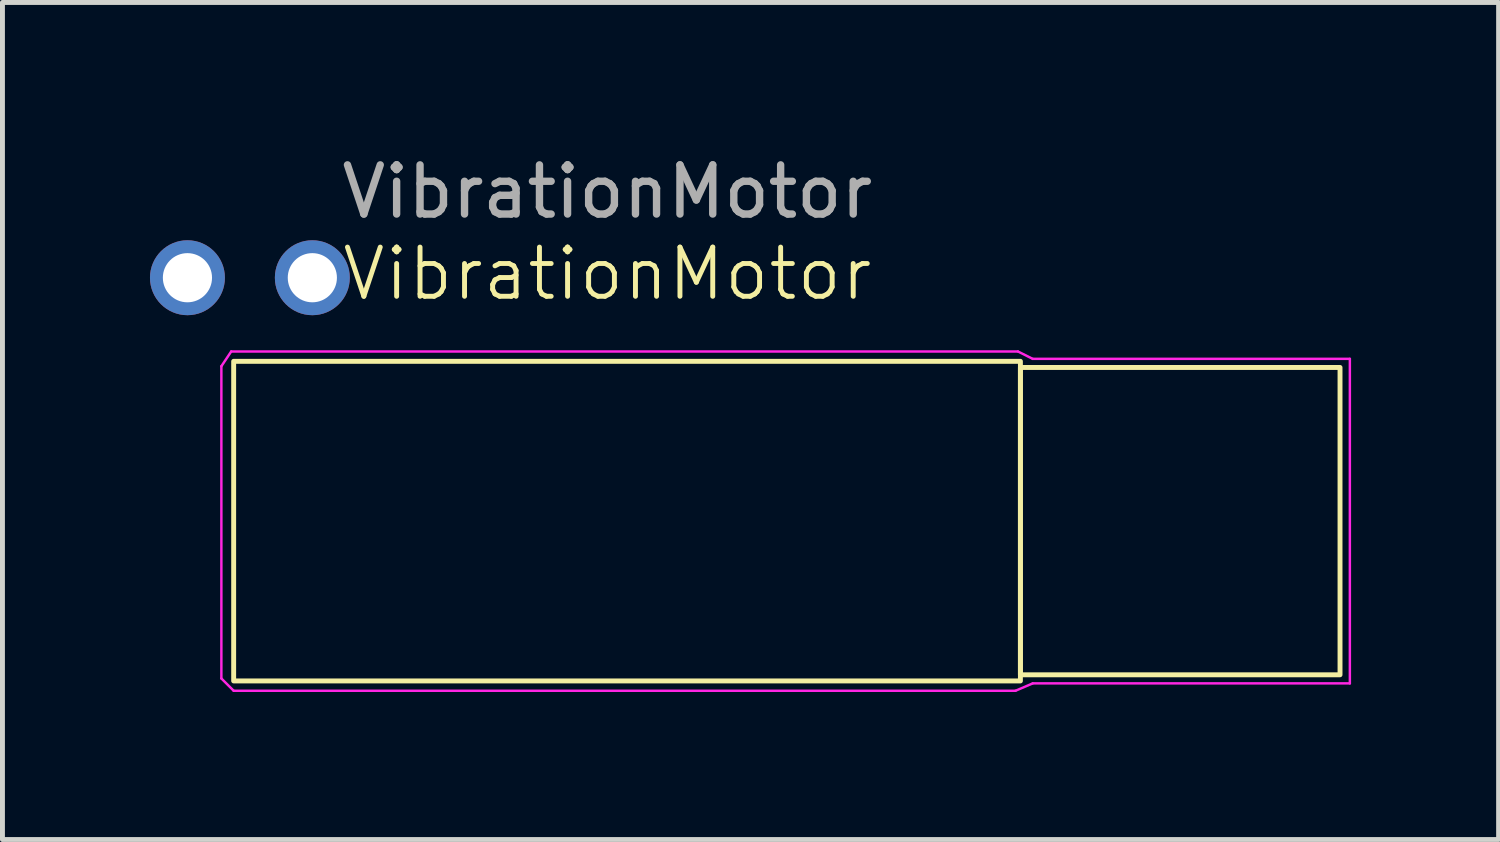
<source format=kicad_pcb>
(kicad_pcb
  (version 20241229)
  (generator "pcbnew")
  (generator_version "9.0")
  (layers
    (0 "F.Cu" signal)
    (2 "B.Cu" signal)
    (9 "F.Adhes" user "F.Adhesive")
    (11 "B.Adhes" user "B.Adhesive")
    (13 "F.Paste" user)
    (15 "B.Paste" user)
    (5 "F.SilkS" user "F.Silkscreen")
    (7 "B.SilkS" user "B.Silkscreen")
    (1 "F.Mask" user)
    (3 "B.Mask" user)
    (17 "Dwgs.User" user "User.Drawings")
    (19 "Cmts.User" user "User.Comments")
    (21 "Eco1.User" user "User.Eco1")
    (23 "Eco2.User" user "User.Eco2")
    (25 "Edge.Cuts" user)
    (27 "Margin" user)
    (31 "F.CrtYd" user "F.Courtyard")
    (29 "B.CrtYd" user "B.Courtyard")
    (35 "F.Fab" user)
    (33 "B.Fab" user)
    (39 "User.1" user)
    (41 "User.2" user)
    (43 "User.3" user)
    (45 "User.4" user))
  (footprint "VibrationMotor"
    (layer "F.Cu")
    (at 9.302 7.598)
    (property "Reference" "VibrationMotor" (at 0 -5.08 0) (unlocked yes) (layer "F.SilkS") (effects (font (size 1 1) (thickness 0.1))))
    (attr through_hole)
    (fp_rect (start -7.6 -3.3) (end 8.4 3.2) (stroke (width 0.1) (type default)) (fill no) (layer "F.SilkS"))
    (fp_rect (start 8.4 -3.175) (end 14.9 3.075) (stroke (width 0.1) (type default)) (fill no) (layer "F.SilkS"))
    (fp_line (start -7.85 -3.2) (end -7.85 3.15) (stroke (width 0.05) (type default)) (layer "F.CrtYd"))
    (fp_line (start -7.85 -3.2) (end -7.65 -3.5) (stroke (width 0.05) (type default)) (layer "F.CrtYd"))
    (fp_line (start -7.85 3.15) (end -7.6 3.4) (stroke (width 0.05) (type default)) (layer "F.CrtYd"))
    (fp_line (start -7.65 -3.5) (end 8.35 -3.5) (stroke (width 0.05) (type default)) (layer "F.CrtYd"))
    (fp_line (start -7.6 3.4) (end 8.3 3.4) (stroke (width 0.05) (type default)) (layer "F.CrtYd"))
    (fp_line (start 8.3 3.4) (end 8.65 3.25) (stroke (width 0.05) (type default)) (layer "F.CrtYd"))
    (fp_line (start 8.35 -3.5) (end 8.65 -3.35) (stroke (width 0.05) (type default)) (layer "F.CrtYd"))
    (fp_line (start 8.65 -3.35) (end 15.1 -3.35) (stroke (width 0.05) (type default)) (layer "F.CrtYd"))
    (fp_line (start 15.1 -3.35) (end 15.1 3.25) (stroke (width 0.05) (type default)) (layer "F.CrtYd"))
    (fp_line (start 15.1 3.25) (end 8.65 3.25) (stroke (width 0.05) (type default)) (layer "F.CrtYd"))
    (fp_text user "${REFERENCE}" (at 0 -6.75 0) (unlocked yes) (layer "F.Fab") (effects (font (size 1 1) (thickness 0.15))))
    (pad "1" thru_hole circle (at -8.54 -5 90) (size 1.524 1.524) (drill 1) (layers "*.Cu" "*.Mask"))
    (pad "2" thru_hole circle (at -6 -5 90) (size 1.524 1.524) (drill 1) (layers "*.Cu" "*.Mask")))
  (gr_rect
    (start -3 -3)
    (end 27.427 14.023)
    (stroke (width 0.1) (type default))
    (fill no)
    (layer "Edge.Cuts")))
</source>
